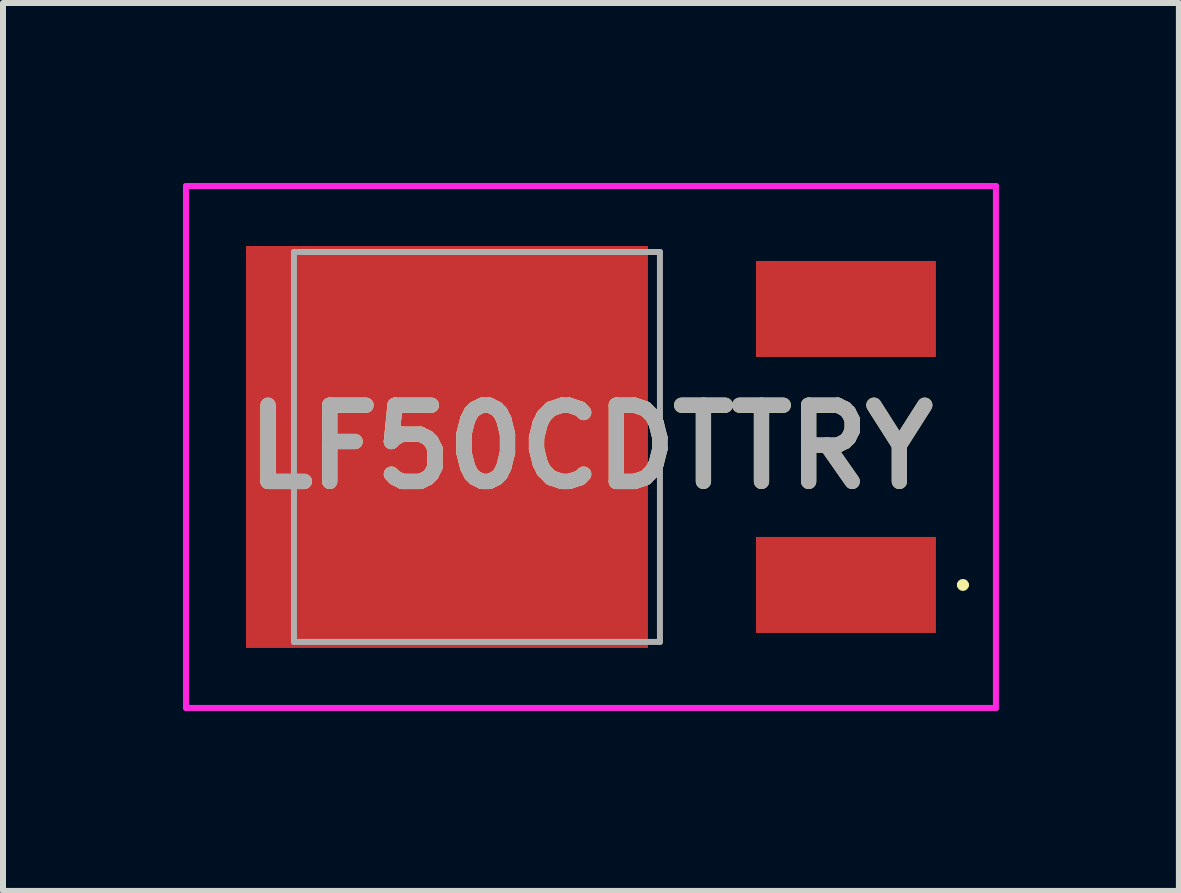
<source format=kicad_pcb>
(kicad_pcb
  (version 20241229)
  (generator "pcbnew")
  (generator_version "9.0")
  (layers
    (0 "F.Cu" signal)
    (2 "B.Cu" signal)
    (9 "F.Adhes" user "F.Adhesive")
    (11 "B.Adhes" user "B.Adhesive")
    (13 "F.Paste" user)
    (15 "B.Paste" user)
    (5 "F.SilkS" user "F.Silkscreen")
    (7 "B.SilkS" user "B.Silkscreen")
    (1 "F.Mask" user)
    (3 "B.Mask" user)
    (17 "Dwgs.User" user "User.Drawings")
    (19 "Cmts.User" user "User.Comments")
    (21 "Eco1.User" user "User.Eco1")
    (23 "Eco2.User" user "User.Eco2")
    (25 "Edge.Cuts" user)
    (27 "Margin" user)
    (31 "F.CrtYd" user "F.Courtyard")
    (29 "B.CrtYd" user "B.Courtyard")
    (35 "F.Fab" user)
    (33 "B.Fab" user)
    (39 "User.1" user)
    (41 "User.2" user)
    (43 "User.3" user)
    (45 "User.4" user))
  (footprint "LF50CDTTRY"
    (layer "F.Cu")
    (at 6.45 4.4)
    (property "Reference" "LF50CDTTRY" (at 0.35 0 0) (layer "F.SilkS") (effects (font (size 1.27 1.27) (thickness 0.254))))
    (attr smd)
    (fp_line (start 6.5 2.3) (end 6.5 2.3) (stroke (width 0.1) (type solid)) (layer "F.SilkS"))
    (fp_line (start 6.6 2.3) (end 6.6 2.3) (stroke (width 0.1) (type solid)) (layer "F.SilkS"))
    (fp_arc (start 6.5 2.3) (mid 6.55 2.25) (end 6.6 2.3) (stroke (width 0.1) (type solid)) (layer "F.SilkS"))
    (fp_arc (start 6.6 2.3) (mid 6.55 2.35) (end 6.5 2.3) (stroke (width 0.1) (type solid)) (layer "F.SilkS"))
    (fp_line (start -6.4 -4.35) (end 7.1 -4.35) (stroke (width 0.1) (type solid)) (layer "F.CrtYd"))
    (fp_line (start -6.4 4.35) (end -6.4 -4.35) (stroke (width 0.1) (type solid)) (layer "F.CrtYd"))
    (fp_line (start 7.1 -4.35) (end 7.1 4.35) (stroke (width 0.1) (type solid)) (layer "F.CrtYd"))
    (fp_line (start 7.1 4.35) (end -6.4 4.35) (stroke (width 0.1) (type solid)) (layer "F.CrtYd"))
    (fp_line (start -4.6 -3.25) (end 1.5 -3.25) (stroke (width 0.1) (type solid)) (layer "F.Fab"))
    (fp_line (start -4.6 3.25) (end -4.6 -3.25) (stroke (width 0.1) (type solid)) (layer "F.Fab"))
    (fp_line (start 1.5 -3.25) (end 1.5 3.25) (stroke (width 0.1) (type solid)) (layer "F.Fab"))
    (fp_line (start 1.5 3.25) (end -4.6 3.25) (stroke (width 0.1) (type solid)) (layer "F.Fab"))
    (fp_text user "${REFERENCE}" (at 0.35 0 0) (layer "F.Fab") (effects (font (size 1.27 1.27) (thickness 0.254))))
    (pad "1" smd rect (at 4.6 2.3 90) (size 1.6 3) (layers "F.Cu" "F.Mask" "F.Paste"))
    (pad "2" smd rect (at -2.05 0 90) (size 6.7 6.7) (layers "F.Cu" "F.Mask" "F.Paste"))
    (pad "3" smd rect (at 4.6 -2.3 90) (size 1.6 3) (layers "F.Cu" "F.Mask" "F.Paste")))
  (gr_rect
    (start -3 -3)
    (end 16.6 11.8)
    (stroke (width 0.1) (type default))
    (fill no)
    (layer "Edge.Cuts")))
</source>
